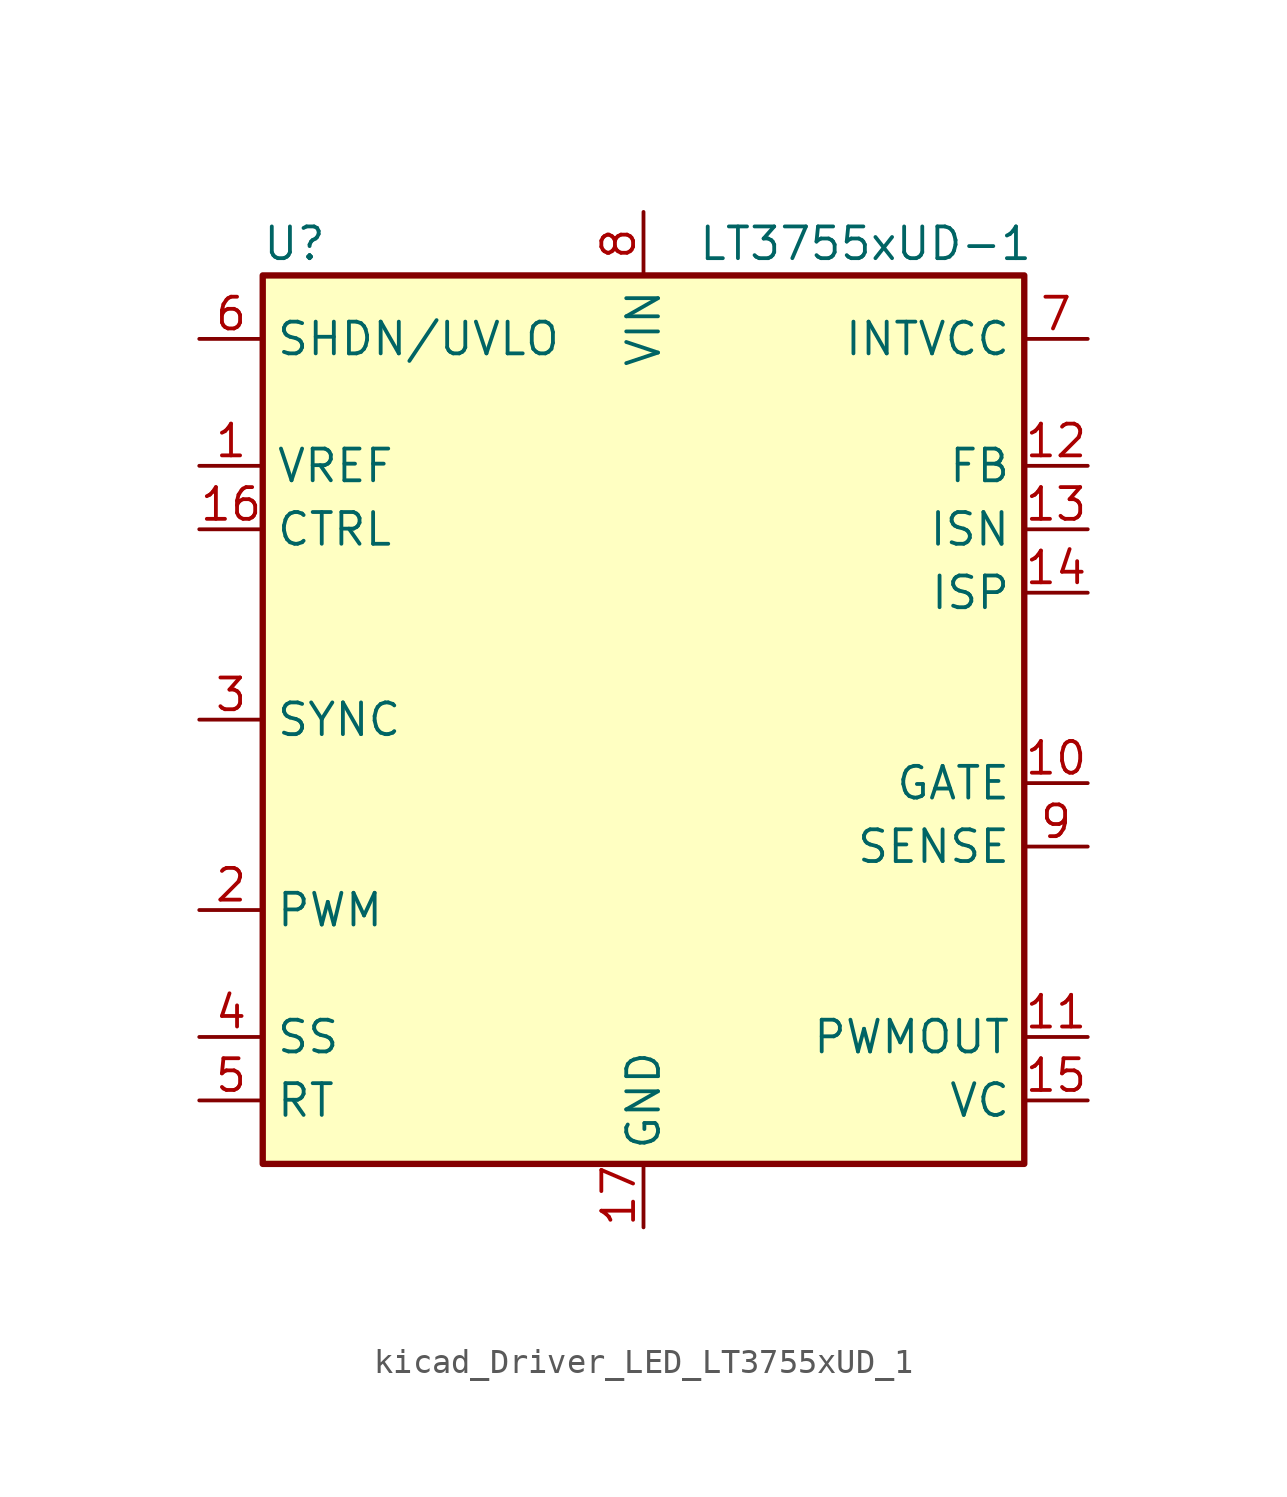
<source format=kicad_sym>
(kicad_symbol_lib
  (version 20220914)
  (generator kicad_symbol_editor)
  (symbol "kicad_Driver_LED_LT3755xUD_1"
    (property "Reference" "U"
      (at -13.97 19.05 0)
      (effects (font (size 1.27 1.27))))
    (property "Value" "LT3755xUD-1"
      (at 8.89 19.05 0)
      (effects (font (size 1.27 1.27))))
    (symbol "kicad_Driver_LED_LT3755xUD_1_0_1"
      (rectangle (start -15.24 -17.78) (end 15.24 17.78) (stroke (width 0.254) (type default)) (fill (type background))))
    (symbol "kicad_Driver_LED_LT3755xUD_1_1_1"
      (pin output line (at -17.78 10.16 0) (length 2.54) (name "VREF" (effects (font (size 1.27 1.27)))) (number "1" (effects (font (size 1.27 1.27)))))
      (pin output line (at 17.78 -2.54 180) (length 2.54) (name "GATE" (effects (font (size 1.27 1.27)))) (number "10" (effects (font (size 1.27 1.27)))))
      (pin output line (at 17.78 -12.7 180) (length 2.54) (name "PWMOUT" (effects (font (size 1.27 1.27)))) (number "11" (effects (font (size 1.27 1.27)))))
      (pin input line (at 17.78 10.16 180) (length 2.54) (name "FB" (effects (font (size 1.27 1.27)))) (number "12" (effects (font (size 1.27 1.27)))))
      (pin input line (at 17.78 7.62 180) (length 2.54) (name "ISN" (effects (font (size 1.27 1.27)))) (number "13" (effects (font (size 1.27 1.27)))))
      (pin input line (at 17.78 5.08 180) (length 2.54) (name "ISP" (effects (font (size 1.27 1.27)))) (number "14" (effects (font (size 1.27 1.27)))))
      (pin output line (at 17.78 -15.24 180) (length 2.54) (name "VC" (effects (font (size 1.27 1.27)))) (number "15" (effects (font (size 1.27 1.27)))))
      (pin input line (at -17.78 7.62 0) (length 2.54) (name "CTRL" (effects (font (size 1.27 1.27)))) (number "16" (effects (font (size 1.27 1.27)))))
      (pin power_in line (at 0 -20.32 90) (length 2.54) (name "GND" (effects (font (size 1.27 1.27)))) (number "17" (effects (font (size 1.27 1.27)))))
      (pin input line (at -17.78 -7.62 0) (length 2.54) (name "PWM" (effects (font (size 1.27 1.27)))) (number "2" (effects (font (size 1.27 1.27)))))
      (pin input line (at -17.78 0 0) (length 2.54) (name "SYNC" (effects (font (size 1.27 1.27)))) (number "3" (effects (font (size 1.27 1.27)))))
      (pin input line (at -17.78 -12.7 0) (length 2.54) (name "SS" (effects (font (size 1.27 1.27)))) (number "4" (effects (font (size 1.27 1.27)))))
      (pin input line (at -17.78 -15.24 0) (length 2.54) (name "RT" (effects (font (size 1.27 1.27)))) (number "5" (effects (font (size 1.27 1.27)))))
      (pin input line (at -17.78 15.24 0) (length 2.54) (name "SHDN/UVLO" (effects (font (size 1.27 1.27)))) (number "6" (effects (font (size 1.27 1.27)))))
      (pin power_out line (at 17.78 15.24 180) (length 2.54) (name "INTVCC" (effects (font (size 1.27 1.27)))) (number "7" (effects (font (size 1.27 1.27)))))
      (pin power_in line (at 0 20.32 270) (length 2.54) (name "VIN" (effects (font (size 1.27 1.27)))) (number "8" (effects (font (size 1.27 1.27)))))
      (pin input line (at 17.78 -5.08 180) (length 2.54) (name "SENSE" (effects (font (size 1.27 1.27)))) (number "9" (effects (font (size 1.27 1.27))))))))
</source>
